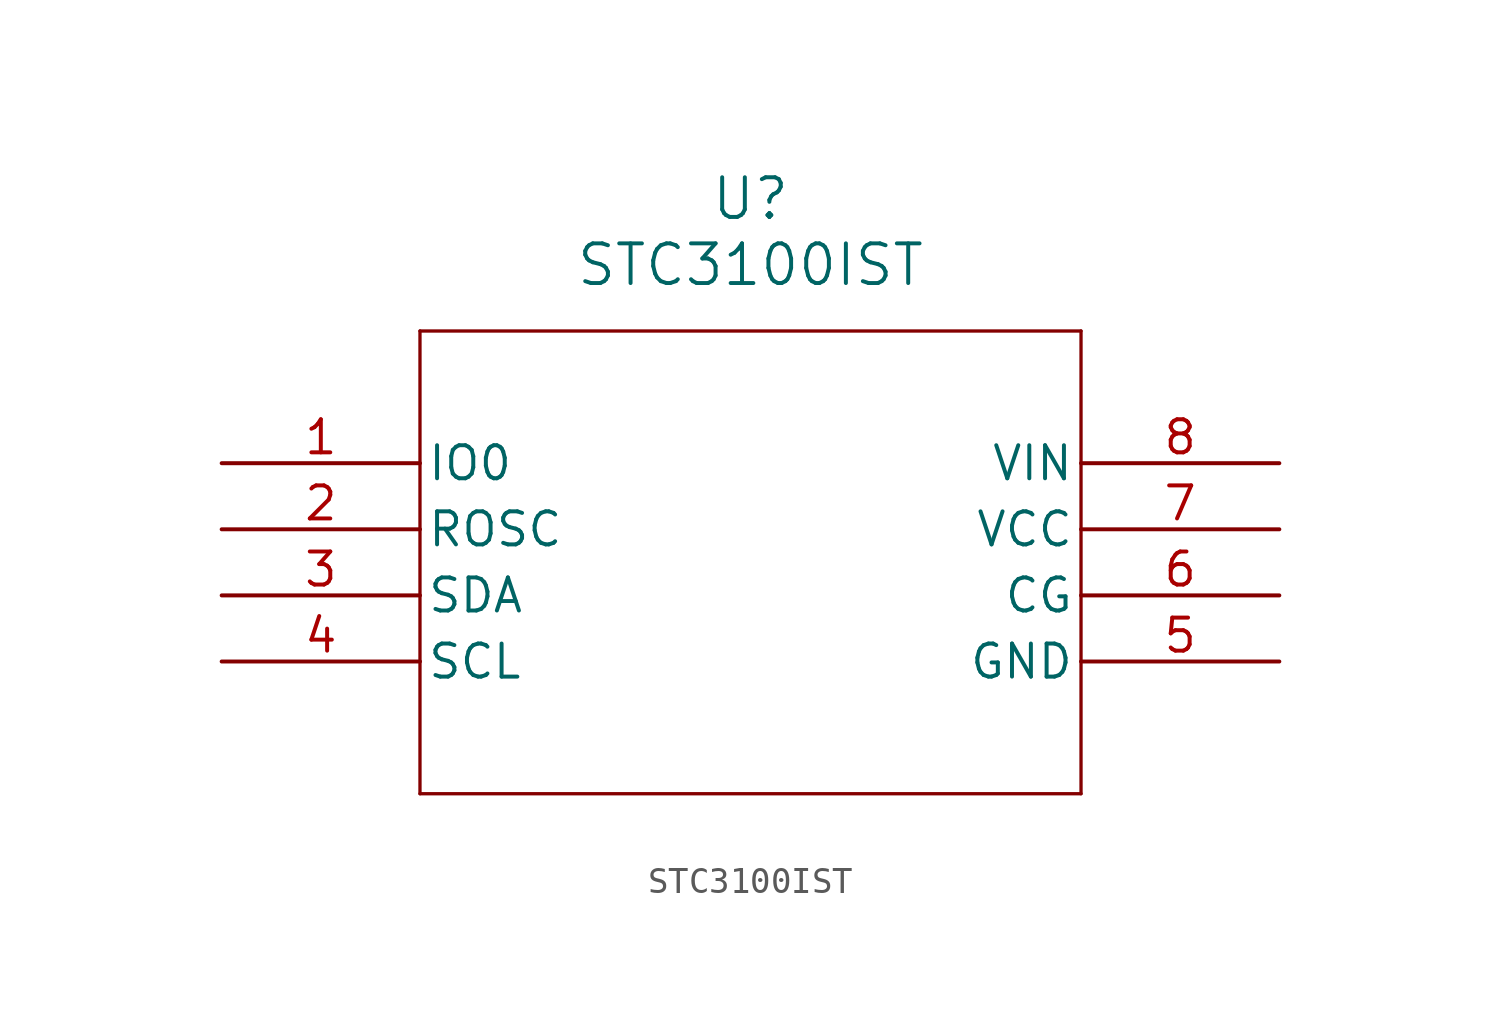
<source format=kicad_sym>
(kicad_symbol_lib
  (version 20211014)
  (generator kicad_symbol_editor)
  (symbol "STC3100IST"
    (pin_names
      (offset 0.254))
    (property "Reference" "U"
      (at 20.32 10.16 0)
      (effects (font (size 1.524 1.524))))
    (property "Value" "STC3100IST"
      (at 20.32 7.62 0)
      (effects (font (size 1.524 1.524))))
    (symbol "STC3100IST_0_1"
      (polyline (pts (xy 7.62 5.08) (xy 7.62 -12.7)) (stroke (width 0.127) (type default) (color 0 0 0 0)) (fill (type none)))
      (polyline (pts (xy 7.62 -12.7) (xy 33.02 -12.7)) (stroke (width 0.127) (type default) (color 0 0 0 0)) (fill (type none)))
      (polyline (pts (xy 33.02 -12.7) (xy 33.02 5.08)) (stroke (width 0.127) (type default) (color 0 0 0 0)) (fill (type none)))
      (polyline (pts (xy 33.02 5.08) (xy 7.62 5.08)) (stroke (width 0.127) (type default) (color 0 0 0 0)) (fill (type none)))
      (pin bidirectional line (at 0 0 0) (length 7.62) (name "IO0" (effects (font (size 1.27 1.27)))) (number "1" (effects (font (size 1.27 1.27)))))
      (pin unspecified line (at 0 -2.54 0) (length 7.62) (name "ROSC" (effects (font (size 1.27 1.27)))) (number "2" (effects (font (size 1.27 1.27)))))
      (pin bidirectional line (at 0 -5.08 0) (length 7.62) (name "SDA" (effects (font (size 1.27 1.27)))) (number "3" (effects (font (size 1.27 1.27)))))
      (pin input line (at 0 -7.62 0) (length 7.62) (name "SCL" (effects (font (size 1.27 1.27)))) (number "4" (effects (font (size 1.27 1.27)))))
      (pin power_in line (at 40.64 -7.62 180) (length 7.62) (name "GND" (effects (font (size 1.27 1.27)))) (number "5" (effects (font (size 1.27 1.27)))))
      (pin input line (at 40.64 -5.08 180) (length 7.62) (name "CG" (effects (font (size 1.27 1.27)))) (number "6" (effects (font (size 1.27 1.27)))))
      (pin power_in line (at 40.64 -2.54 180) (length 7.62) (name "VCC" (effects (font (size 1.27 1.27)))) (number "7" (effects (font (size 1.27 1.27)))))
      (pin input line (at 40.64 0 180) (length 7.62) (name "VIN" (effects (font (size 1.27 1.27)))) (number "8" (effects (font (size 1.27 1.27))))))))
</source>
